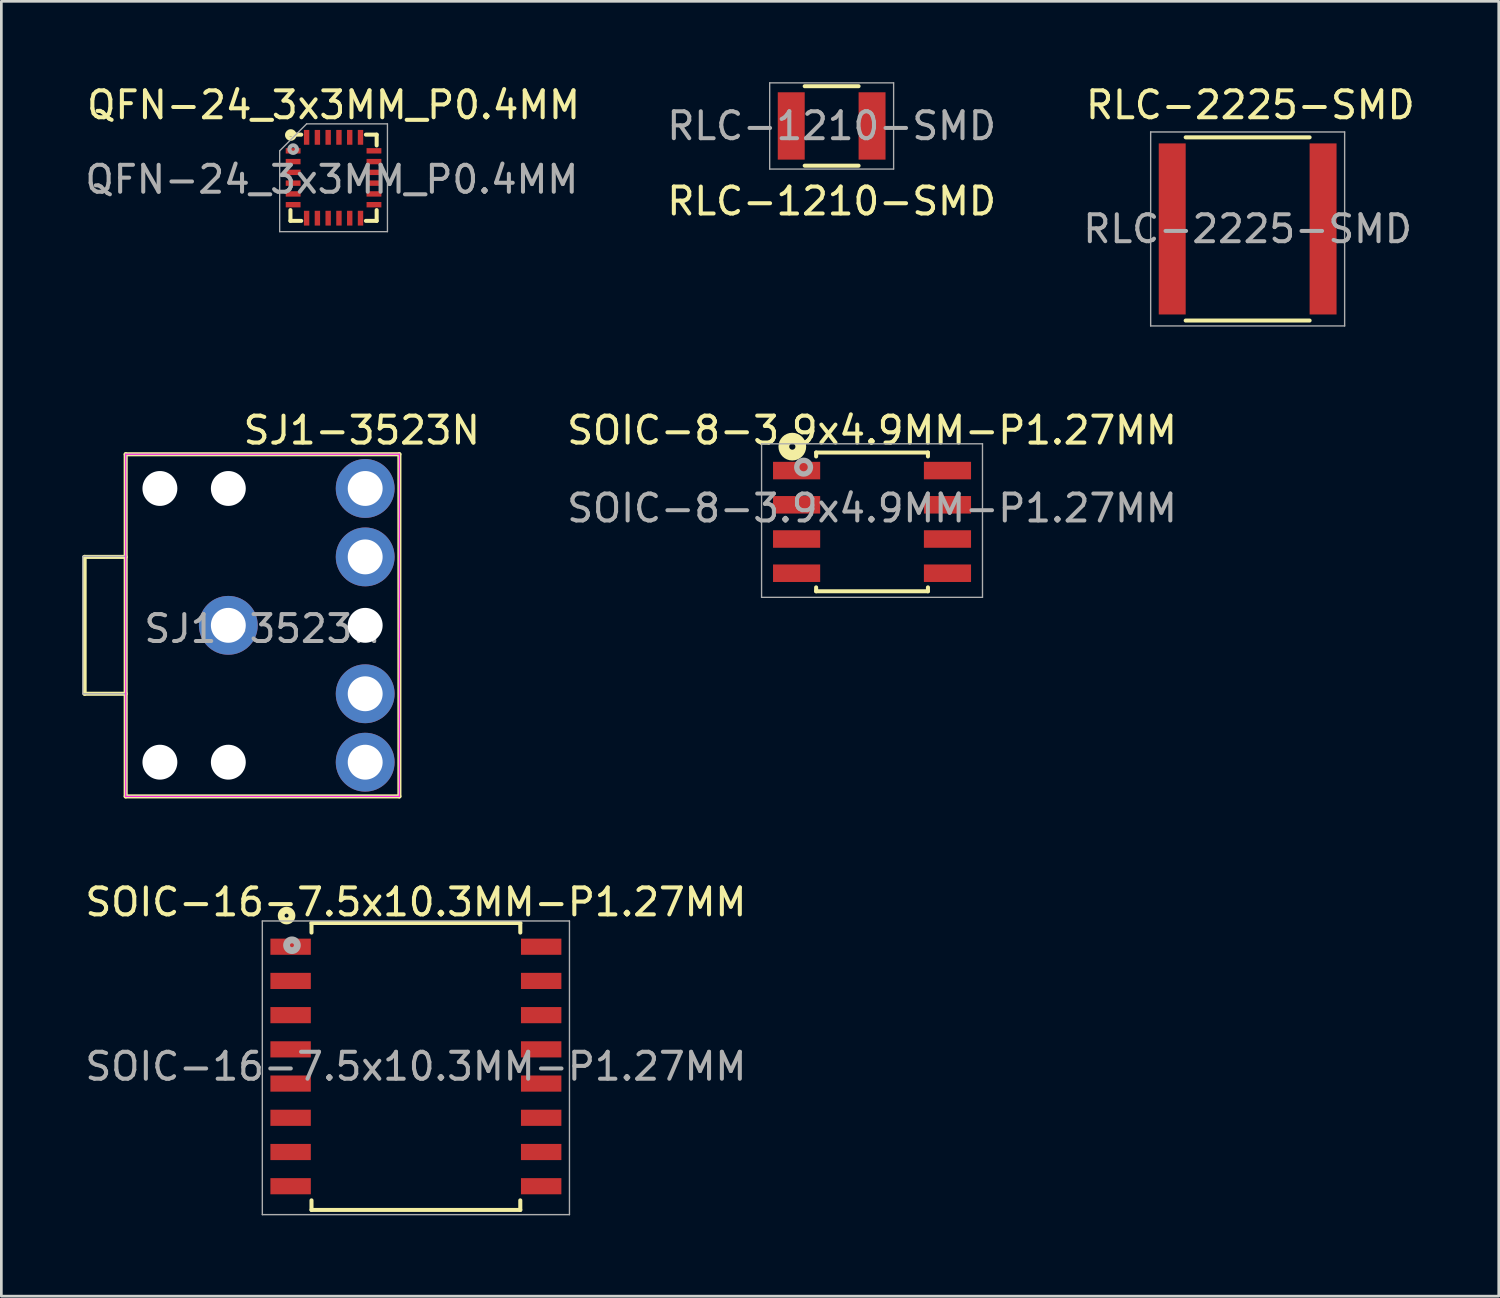
<source format=kicad_pcb>
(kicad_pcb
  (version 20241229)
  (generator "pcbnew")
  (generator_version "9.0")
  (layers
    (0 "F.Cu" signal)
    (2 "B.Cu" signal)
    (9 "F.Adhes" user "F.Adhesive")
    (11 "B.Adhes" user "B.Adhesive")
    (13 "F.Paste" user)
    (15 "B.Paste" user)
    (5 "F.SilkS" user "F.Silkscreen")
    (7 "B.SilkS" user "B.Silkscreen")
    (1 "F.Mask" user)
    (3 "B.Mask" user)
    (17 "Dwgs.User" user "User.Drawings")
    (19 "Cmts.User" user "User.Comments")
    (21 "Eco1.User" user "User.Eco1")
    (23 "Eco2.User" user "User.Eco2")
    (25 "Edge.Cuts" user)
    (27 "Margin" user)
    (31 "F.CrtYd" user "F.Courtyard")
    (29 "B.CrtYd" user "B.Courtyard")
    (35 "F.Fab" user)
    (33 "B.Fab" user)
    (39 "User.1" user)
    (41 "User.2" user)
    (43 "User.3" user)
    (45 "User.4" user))
  (footprint "SJ1-3523N"
    (layer "F.Cu")
    (at 5.425 22.701)
    (property "Reference" "SJ1-3523N" (at 1.27 -2.413 0) (layer "F.Fab") (effects (font (size 1 1) (thickness 0.15))))
    (attr through_hole)
    (fp_line (start -5.334 -5.08) (end -5.334 0) (stroke (width 0.152) (type solid)) (layer "F.SilkS"))
    (fp_line (start -5.334 0) (end -3.81 0) (stroke (width 0.152) (type solid)) (layer "F.SilkS"))
    (fp_line (start -3.81 -8.89) (end -3.81 3.81) (stroke (width 0.152) (type solid)) (layer "F.SilkS"))
    (fp_line (start -3.81 -5.08) (end -5.334 -5.08) (stroke (width 0.152) (type solid)) (layer "F.SilkS"))
    (fp_line (start -3.81 3.81) (end 6.35 3.81) (stroke (width 0.152) (type solid)) (layer "F.SilkS"))
    (fp_line (start 6.35 -8.89) (end -3.81 -8.89) (stroke (width 0.152) (type solid)) (layer "F.SilkS"))
    (fp_line (start 6.35 3.81) (end 6.35 -8.89) (stroke (width 0.152) (type solid)) (layer "F.SilkS"))
    (fp_line (start -3.81 -8.89) (end -3.81 3.81) (stroke (width 0.041) (type solid)) (layer "F.CrtYd"))
    (fp_line (start -3.81 3.81) (end 6.35 3.81) (stroke (width 0.041) (type solid)) (layer "F.CrtYd"))
    (fp_line (start 6.35 -8.89) (end -3.81 -8.89) (stroke (width 0.041) (type solid)) (layer "F.CrtYd"))
    (fp_line (start 6.35 3.81) (end 6.35 -8.89) (stroke (width 0.041) (type solid)) (layer "F.CrtYd"))
    (fp_line (start -5.4 -5.1) (end -5.4 0) (stroke (width 0.05) (type solid)) (layer "F.Fab"))
    (fp_line (start -5.4 0) (end -3.8 0) (stroke (width 0.05) (type solid)) (layer "F.Fab"))
    (fp_line (start -3.81 -8.89) (end -3.81 3.81) (stroke (width 0.041) (type solid)) (layer "F.Fab"))
    (fp_line (start -3.81 3.81) (end 6.35 3.81) (stroke (width 0.041) (type solid)) (layer "F.Fab"))
    (fp_line (start -3.8 -5.1) (end -5.4 -5.1) (stroke (width 0.05) (type solid)) (layer "F.Fab"))
    (fp_line (start 6.35 -8.89) (end -3.81 -8.89) (stroke (width 0.041) (type solid)) (layer "F.Fab"))
    (fp_line (start 6.35 -8.89) (end 6.35 3.81) (stroke (width 0.041) (type solid)) (layer "F.Fab"))
    (fp_circle (center 5.1 2.6) (end 5.3 2.8) (stroke (width 0.254) (type solid)) (fill no) (layer "F.Fab"))
    (fp_text user "${REFERENCE}" (at 4.953 -9.779 0) (layer "F.SilkS") (effects (font (size 1 1) (thickness 0.15))))
    (pad "" np_thru_hole circle (at -2.54 -7.62) (size 1.295 1.295) (drill 1.295) (layers "*.Cu"))
    (pad "" np_thru_hole circle (at -2.54 2.54) (size 1.295 1.295) (drill 1.295) (layers "*.Cu"))
    (pad "" np_thru_hole circle (at 0 -7.62) (size 1.295 1.295) (drill 1.295) (layers "*.Cu"))
    (pad "" np_thru_hole circle (at 0 2.54) (size 1.295 1.295) (drill 1.295) (layers "*.Cu"))
    (pad "" np_thru_hole circle (at 5.08 -2.54) (size 1.295 1.295) (drill 1.295) (layers "*.Cu"))
    (pad "1" thru_hole circle (at 5.08 2.54) (size 2.184 2.184) (drill 1.295) (layers "*.Cu" "*.Mask"))
    (pad "2" thru_hole circle (at 5.08 0) (size 2.184 2.184) (drill 1.295) (layers "*.Cu" "*.Mask"))
    (pad "3" thru_hole circle (at 5.08 -5.08) (size 2.184 2.184) (drill 1.295) (layers "*.Cu" "*.Mask"))
    (pad "4" thru_hole circle (at 5.08 -7.62) (size 2.184 2.184) (drill 1.295) (layers "*.Cu" "*.Mask"))
    (pad "5" thru_hole circle (at 0 -2.54) (size 2.184 2.184) (drill 1.295) (layers "*.Cu" "*.Mask")))
  (footprint "SOIC-8-3.9x4.9MM-P1.27MM"
    (layer "F.Cu")
    (at 29.318 16.322)
    (property "Reference" "SOIC-8-3.9x4.9MM-P1.27MM" (at 0 -0.508 0) (layer "F.Fab") (effects (font (size 1 1) (thickness 0.15))))
    (attr smd)
    (fp_line (start -2.075 -2.575) (end -2.075 -2.43) (stroke (width 0.15) (type solid)) (layer "F.SilkS"))
    (fp_line (start -2.075 -2.575) (end 2.075 -2.575) (stroke (width 0.15) (type solid)) (layer "F.SilkS"))
    (fp_line (start -2.075 2.575) (end -2.075 2.43) (stroke (width 0.15) (type solid)) (layer "F.SilkS"))
    (fp_line (start -2.075 2.575) (end 2.075 2.575) (stroke (width 0.15) (type solid)) (layer "F.SilkS"))
    (fp_line (start 2.075 -2.575) (end 2.075 -2.43) (stroke (width 0.15) (type solid)) (layer "F.SilkS"))
    (fp_line (start 2.075 2.575) (end 2.075 2.43) (stroke (width 0.15) (type solid)) (layer "F.SilkS"))
    (fp_circle (center -2.959 -2.794) (end -2.946 -2.68) (stroke (width 0.4) (type solid)) (fill no) (layer "F.SilkS"))
    (fp_line (start -4.1 -2.9) (end -4.1 2.8) (stroke (width 0.05) (type solid)) (layer "F.Fab"))
    (fp_line (start -4.1 2.8) (end 4.1 2.8) (stroke (width 0.05) (type solid)) (layer "F.Fab"))
    (fp_line (start 4.1 -2.9) (end -4.1 -2.9) (stroke (width 0.05) (type solid)) (layer "F.Fab"))
    (fp_line (start 4.1 2.8) (end 4.1 -2.9) (stroke (width 0.05) (type solid)) (layer "F.Fab"))
    (fp_circle (center -2.54 -2.032) (end -2.286 -2.032) (stroke (width 0.2) (type solid)) (fill no) (layer "F.Fab"))
    (fp_text user "${REFERENCE}" (at 0 -3.4 180) (layer "F.SilkS") (effects (font (size 1 1) (thickness 0.15))))
    (pad "1" smd rect (at -2.8 -1.905) (size 1.75 0.65) (layers "F.Cu" "F.Mask" "F.Paste"))
    (pad "2" smd rect (at -2.8 -0.635) (size 1.75 0.65) (layers "F.Cu" "F.Mask" "F.Paste"))
    (pad "3" smd rect (at -2.8 0.635) (size 1.75 0.65) (layers "F.Cu" "F.Mask" "F.Paste"))
    (pad "4" smd rect (at -2.8 1.905) (size 1.75 0.65) (layers "F.Cu" "F.Mask" "F.Paste"))
    (pad "5" smd rect (at 2.8 1.905) (size 1.75 0.65) (layers "F.Cu" "F.Mask" "F.Paste"))
    (pad "6" smd rect (at 2.8 0.635) (size 1.75 0.65) (layers "F.Cu" "F.Mask" "F.Paste"))
    (pad "7" smd rect (at 2.8 -0.635) (size 1.75 0.65) (layers "F.Cu" "F.Mask" "F.Paste"))
    (pad "8" smd rect (at 2.8 -1.905) (size 1.75 0.65) (layers "F.Cu" "F.Mask" "F.Paste")))
  (footprint "RLC-2225-SMD"
    (layer "F.Cu")
    (at 43.26 5.448)
    (property "Reference" "RLC-2225-SMD" (at 0 0 0) (layer "F.Fab") (effects (font (size 1 1) (thickness 0.15))))
    (attr smd)
    (fp_line (start -2.3 3.4) (end 2.3 3.4) (stroke (width 0.15) (type solid)) (layer "F.SilkS"))
    (fp_line (start 2.3 -3.4) (end -2.3 -3.4) (stroke (width 0.15) (type solid)) (layer "F.SilkS"))
    (fp_line (start -3.6 -3.6) (end -3.6 3.6) (stroke (width 0.051) (type solid)) (layer "F.Fab"))
    (fp_line (start -3.6 3.6) (end 3.6 3.6) (stroke (width 0.051) (type solid)) (layer "F.Fab"))
    (fp_line (start 3.6 -3.6) (end -3.6 -3.6) (stroke (width 0.051) (type solid)) (layer "F.Fab"))
    (fp_line (start 3.6 3.6) (end 3.6 -3.6) (stroke (width 0.051) (type solid)) (layer "F.Fab"))
    (fp_text user "${REFERENCE}" (at 0.1 -4.6 0) (layer "F.SilkS") (effects (font (size 1 1) (thickness 0.15))))
    (pad "1" smd rect (at -2.8 0) (size 1 6.35) (layers "F.Cu" "F.Mask" "F.Paste"))
    (pad "2" smd rect (at 2.8 0) (size 1 6.35) (layers "F.Cu" "F.Mask" "F.Paste")))
  (footprint "SOIC-16-7.5x10.3MM-P1.27MM"
    (layer "F.Cu")
    (at 12.387 36.535)
    (property "Reference" "SOIC-16-7.5x10.3MM-P1.27MM" (at 0 0 0) (layer "F.Fab") (effects (font (size 1 1) (thickness 0.15))))
    (attr smd)
    (fp_line (start -3.875 -5.325) (end -3.875 -4.97) (stroke (width 0.15) (type solid)) (layer "F.SilkS"))
    (fp_line (start -3.875 -5.325) (end 3.875 -5.325) (stroke (width 0.15) (type solid)) (layer "F.SilkS"))
    (fp_line (start -3.875 5.325) (end -3.875 4.97) (stroke (width 0.15) (type solid)) (layer "F.SilkS"))
    (fp_line (start -3.875 5.325) (end 3.875 5.325) (stroke (width 0.15) (type solid)) (layer "F.SilkS"))
    (fp_line (start 3.875 -5.325) (end 3.875 -4.97) (stroke (width 0.15) (type solid)) (layer "F.SilkS"))
    (fp_line (start 3.875 5.325) (end 3.875 4.97) (stroke (width 0.15) (type solid)) (layer "F.SilkS"))
    (fp_circle (center -4.8 -5.6) (end -4.8 -5.4) (stroke (width 0.254) (type solid)) (fill no) (layer "F.SilkS"))
    (fp_line (start -5.7 -5.4) (end -5.7 5.5) (stroke (width 0.051) (type solid)) (layer "F.Fab"))
    (fp_line (start -5.7 5.5) (end 5.7 5.5) (stroke (width 0.051) (type solid)) (layer "F.Fab"))
    (fp_line (start 5.7 -5.4) (end -5.7 -5.4) (stroke (width 0.051) (type solid)) (layer "F.Fab"))
    (fp_line (start 5.7 5.5) (end 5.7 -5.4) (stroke (width 0.051) (type solid)) (layer "F.Fab"))
    (fp_circle (center -4.6 -4.5) (end -4.6 -4.3) (stroke (width 0.254) (type solid)) (fill no) (layer "F.Fab"))
    (fp_text user "${REFERENCE}" (at 0 -6.1 0) (layer "F.SilkS") (effects (font (size 1 1) (thickness 0.15))))
    (pad "1" smd rect (at -4.65 -4.445) (size 1.5 0.6) (layers "F.Cu" "F.Mask" "F.Paste"))
    (pad "2" smd rect (at -4.65 -3.175) (size 1.5 0.6) (layers "F.Cu" "F.Mask" "F.Paste"))
    (pad "3" smd rect (at -4.65 -1.905) (size 1.5 0.6) (layers "F.Cu" "F.Mask" "F.Paste"))
    (pad "4" smd rect (at -4.65 -0.635) (size 1.5 0.6) (layers "F.Cu" "F.Mask" "F.Paste"))
    (pad "5" smd rect (at -4.65 0.635) (size 1.5 0.6) (layers "F.Cu" "F.Mask" "F.Paste"))
    (pad "6" smd rect (at -4.65 1.905) (size 1.5 0.6) (layers "F.Cu" "F.Mask" "F.Paste"))
    (pad "7" smd rect (at -4.65 3.175) (size 1.5 0.6) (layers "F.Cu" "F.Mask" "F.Paste"))
    (pad "8" smd rect (at -4.65 4.445) (size 1.5 0.6) (layers "F.Cu" "F.Mask" "F.Paste"))
    (pad "9" smd rect (at 4.65 4.445) (size 1.5 0.6) (layers "F.Cu" "F.Mask" "F.Paste"))
    (pad "10" smd rect (at 4.65 3.175) (size 1.5 0.6) (layers "F.Cu" "F.Mask" "F.Paste"))
    (pad "11" smd rect (at 4.65 1.905) (size 1.5 0.6) (layers "F.Cu" "F.Mask" "F.Paste"))
    (pad "12" smd rect (at 4.65 0.635) (size 1.5 0.6) (layers "F.Cu" "F.Mask" "F.Paste"))
    (pad "13" smd rect (at 4.65 -0.635) (size 1.5 0.6) (layers "F.Cu" "F.Mask" "F.Paste"))
    (pad "14" smd rect (at 4.65 -1.905) (size 1.5 0.6) (layers "F.Cu" "F.Mask" "F.Paste"))
    (pad "15" smd rect (at 4.65 -3.175) (size 1.5 0.6) (layers "F.Cu" "F.Mask" "F.Paste"))
    (pad "16" smd rect (at 4.65 -4.445) (size 1.5 0.6) (layers "F.Cu" "F.Mask" "F.Paste")))
  (footprint "QFN-24_3x3MM_P0.4MM"
    (layer "F.Cu")
    (at 9.331 3.548)
    (property "Reference" "QFN-24_3x3MM_P0.4MM" (at -0.064 0.064 0) (layer "F.Fab") (effects (font (size 1 1) (thickness 0.15))))
    (attr smd)
    (fp_line (start -1.6 -1.6) (end -1.2 -1.6) (stroke (width 0.15) (type solid)) (layer "F.SilkS"))
    (fp_line (start -1.6 1.6) (end -1.6 1.2) (stroke (width 0.15) (type solid)) (layer "F.SilkS"))
    (fp_line (start -1.6 1.6) (end -1.2 1.6) (stroke (width 0.15) (type solid)) (layer "F.SilkS"))
    (fp_line (start 1.6 -1.6) (end 1.2 -1.6) (stroke (width 0.15) (type solid)) (layer "F.SilkS"))
    (fp_line (start 1.6 -1.6) (end 1.6 -1.2) (stroke (width 0.15) (type solid)) (layer "F.SilkS"))
    (fp_line (start 1.6 1.6) (end 1.2 1.6) (stroke (width 0.15) (type solid)) (layer "F.SilkS"))
    (fp_line (start 1.6 1.6) (end 1.6 1.2) (stroke (width 0.15) (type solid)) (layer "F.SilkS"))
    (fp_circle (center -1.587 -1.587) (end -1.524 -1.587) (stroke (width 0.152) (type solid)) (fill no) (layer "F.SilkS"))
    (fp_line (start -2 -1) (end -1 -2) (stroke (width 0.051) (type solid)) (layer "F.Fab"))
    (fp_line (start -2 2) (end -2 -1) (stroke (width 0.05) (type solid)) (layer "F.Fab"))
    (fp_line (start -1 -2) (end 2 -2) (stroke (width 0.05) (type solid)) (layer "F.Fab"))
    (fp_line (start 2 -2) (end 2 2) (stroke (width 0.05) (type solid)) (layer "F.Fab"))
    (fp_line (start 2 2) (end -2 2) (stroke (width 0.05) (type solid)) (layer "F.Fab"))
    (fp_circle (center -1.5 -1.063) (end -1.5 -1.127) (stroke (width 0.152) (type solid)) (fill no) (layer "F.Fab"))
    (fp_text user "${REFERENCE}" (at 0 -2.7 0) (layer "F.SilkS") (effects (font (size 1 1) (thickness 0.15))))
    (pad "1" smd rect (at -1.5 -1) (size 0.55 0.2) (layers "F.Cu" "F.Mask" "F.Paste"))
    (pad "2" smd rect (at -1.5 -0.6) (size 0.55 0.2) (layers "F.Cu" "F.Mask" "F.Paste"))
    (pad "3" smd rect (at -1.5 -0.2) (size 0.55 0.2) (layers "F.Cu" "F.Mask" "F.Paste"))
    (pad "4" smd rect (at -1.5 0.2) (size 0.55 0.2) (layers "F.Cu" "F.Mask" "F.Paste"))
    (pad "5" smd rect (at -1.5 0.6) (size 0.55 0.2) (layers "F.Cu" "F.Mask" "F.Paste"))
    (pad "6" smd rect (at -1.5 1) (size 0.55 0.2) (layers "F.Cu" "F.Mask" "F.Paste"))
    (pad "7" smd rect (at -1 1.5 90) (size 0.55 0.2) (layers "F.Cu" "F.Mask" "F.Paste"))
    (pad "8" smd rect (at -0.6 1.5 90) (size 0.55 0.2) (layers "F.Cu" "F.Mask" "F.Paste"))
    (pad "9" smd rect (at -0.2 1.5 90) (size 0.55 0.2) (layers "F.Cu" "F.Mask" "F.Paste"))
    (pad "10" smd rect (at 0.2 1.5 90) (size 0.55 0.2) (layers "F.Cu" "F.Mask" "F.Paste"))
    (pad "11" smd rect (at 0.6 1.5 90) (size 0.55 0.2) (layers "F.Cu" "F.Mask" "F.Paste"))
    (pad "12" smd rect (at 1 1.5 90) (size 0.55 0.2) (layers "F.Cu" "F.Mask" "F.Paste"))
    (pad "13" smd rect (at 1.5 1) (size 0.55 0.2) (layers "F.Cu" "F.Mask" "F.Paste"))
    (pad "14" smd rect (at 1.5 0.6) (size 0.55 0.2) (layers "F.Cu" "F.Mask" "F.Paste"))
    (pad "15" smd rect (at 1.5 0.2) (size 0.55 0.2) (layers "F.Cu" "F.Mask" "F.Paste"))
    (pad "16" smd rect (at 1.5 -0.2) (size 0.55 0.2) (layers "F.Cu" "F.Mask" "F.Paste"))
    (pad "17" smd rect (at 1.5 -0.6) (size 0.55 0.2) (layers "F.Cu" "F.Mask" "F.Paste"))
    (pad "18" smd rect (at 1.5 -1) (size 0.55 0.2) (layers "F.Cu" "F.Mask" "F.Paste"))
    (pad "19" smd rect (at 1 -1.5 90) (size 0.55 0.2) (layers "F.Cu" "F.Mask" "F.Paste"))
    (pad "20" smd rect (at 0.6 -1.5 90) (size 0.55 0.2) (layers "F.Cu" "F.Mask" "F.Paste"))
    (pad "21" smd rect (at 0.2 -1.5 90) (size 0.55 0.2) (layers "F.Cu" "F.Mask" "F.Paste"))
    (pad "22" smd rect (at -0.2 -1.5 90) (size 0.55 0.2) (layers "F.Cu" "F.Mask" "F.Paste"))
    (pad "23" smd rect (at -0.6 -1.5 90) (size 0.55 0.2) (layers "F.Cu" "F.Mask" "F.Paste"))
    (pad "24" smd rect (at -1 -1.5 90) (size 0.55 0.2) (layers "F.Cu" "F.Mask" "F.Paste")))
  (footprint "RLC-1210-SMD"
    (layer "F.Cu")
    (at 27.819 1.625)
    (property "Reference" "RLC-1210-SMD" (at 0 0 0) (layer "F.Fab") (effects (font (size 1 1) (thickness 0.15))))
    (attr smd)
    (fp_line (start -1 1.475) (end 1 1.475) (stroke (width 0.15) (type solid)) (layer "F.SilkS"))
    (fp_line (start 1 -1.475) (end -1 -1.475) (stroke (width 0.15) (type solid)) (layer "F.SilkS"))
    (fp_line (start -2.3 -1.6) (end -2.3 1.6) (stroke (width 0.05) (type solid)) (layer "F.Fab"))
    (fp_line (start -2.3 -1.6) (end 2.3 -1.6) (stroke (width 0.05) (type solid)) (layer "F.Fab"))
    (fp_line (start -2.3 1.6) (end 2.3 1.6) (stroke (width 0.05) (type solid)) (layer "F.Fab"))
    (fp_line (start 2.3 -1.6) (end 2.3 1.6) (stroke (width 0.05) (type solid)) (layer "F.Fab"))
    (fp_text user "${REFERENCE}" (at 0 2.794 0) (layer "F.SilkS") (effects (font (size 1 1) (thickness 0.15))))
    (pad "1" smd rect (at -1.5 0) (size 1 2.5) (layers "F.Cu" "F.Mask" "F.Paste"))
    (pad "2" smd rect (at 1.5 0) (size 1 2.5) (layers "F.Cu" "F.Mask" "F.Paste")))
  (gr_rect
    (start -3 -3)
    (end 52.58 45.061)
    (stroke (width 0.1) (type default))
    (fill no)
    (layer "Edge.Cuts")))
</source>
